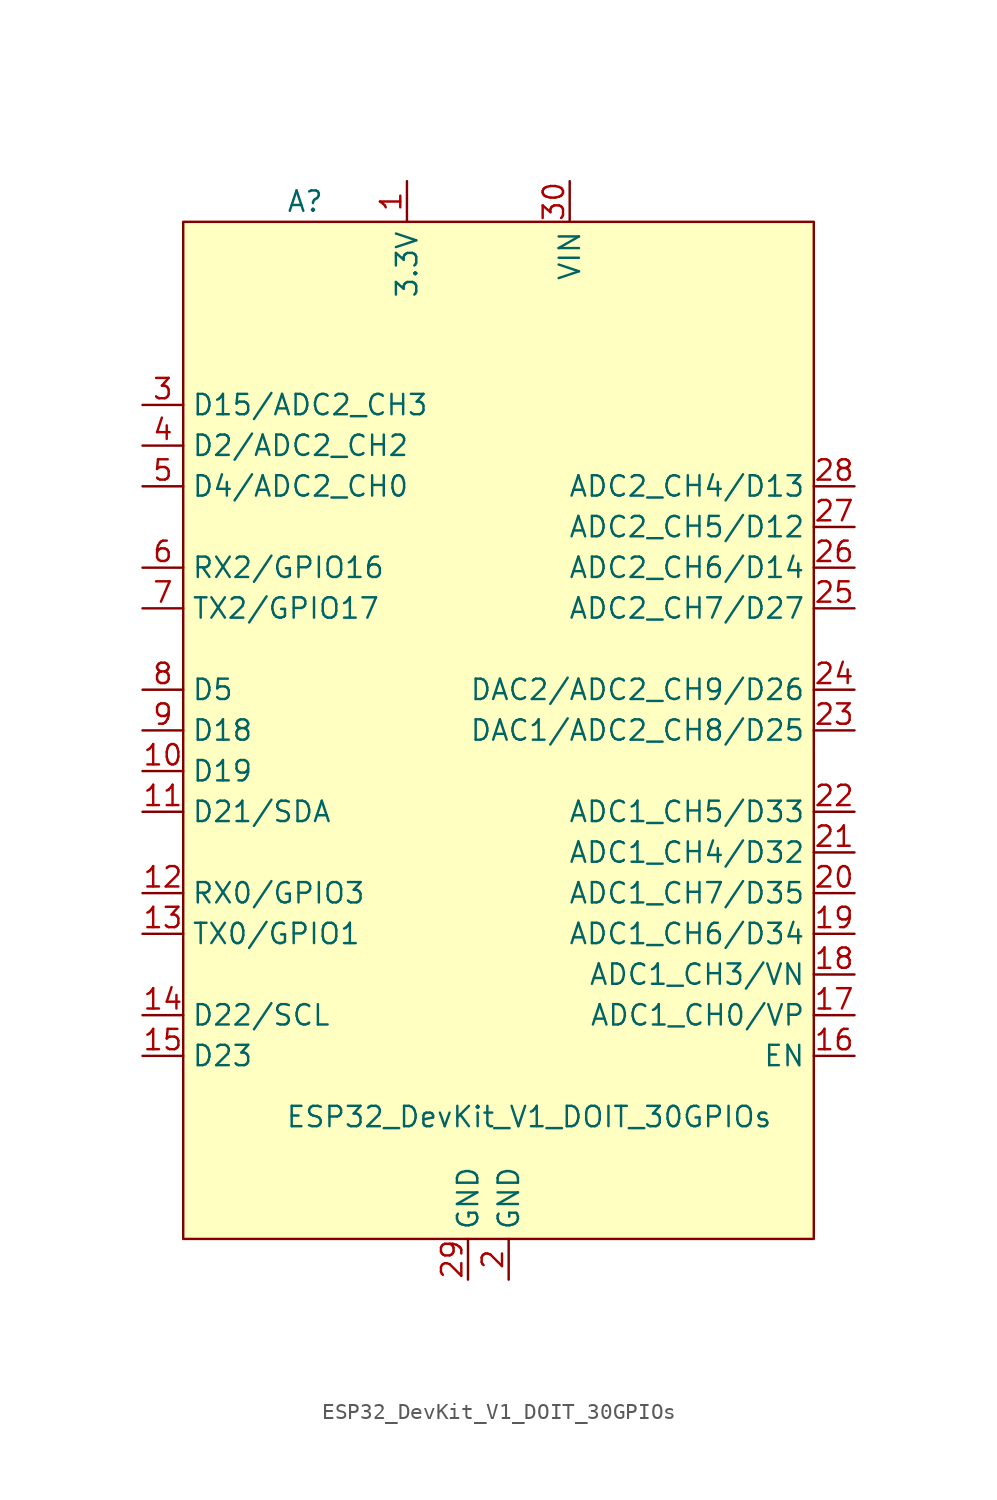
<source format=kicad_sym>
(kicad_symbol_lib
  (version 20231120)
  (generator "kicad_symbol_editor")
  (generator_version "8.0")
  (symbol "ESP32_DevKit_V1_DOIT_30GPIOs"
    (property "Reference" "A"
      (at -11.43 34.29 0)
      (effects (font (size 1.27 1.27))))
    (property "Value" "ESP32_DevKit_V1_DOIT_30GPIOs"
      (at 2.54 -22.86 0)
      (effects (font (size 1.27 1.27))))
    (symbol "ESP32_DevKit_V1_DOIT_30GPIOs_0_1"
      (rectangle (start -19.05 33.02) (end 20.32 -30.48) (stroke (width 0) (type default)) (fill (type background))))
    (symbol "ESP32_DevKit_V1_DOIT_30GPIOs_1_1"
      (pin power_in line (at -5.08 35.56 270) (length 2.54) (name "3.3V" (effects (font (size 1.27 1.27)))) (number "1" (effects (font (size 1.27 1.27)))))
      (pin bidirectional line (at -21.59 -1.27 0) (length 2.54) (name "D19" (effects (font (size 1.27 1.27)))) (number "10" (effects (font (size 1.27 1.27)))))
      (pin bidirectional line (at -21.59 -3.81 0) (length 2.54) (name "D21/SDA" (effects (font (size 1.27 1.27)))) (number "11" (effects (font (size 1.27 1.27)))))
      (pin bidirectional line (at -21.59 -8.89 0) (length 2.54) (name "RX0/GPIO3" (effects (font (size 1.27 1.27)))) (number "12" (effects (font (size 1.27 1.27)))))
      (pin bidirectional line (at -21.59 -11.43 0) (length 2.54) (name "TX0/GPIO1" (effects (font (size 1.27 1.27)))) (number "13" (effects (font (size 1.27 1.27)))))
      (pin bidirectional line (at -21.59 -16.51 0) (length 2.54) (name "D22/SCL" (effects (font (size 1.27 1.27)))) (number "14" (effects (font (size 1.27 1.27)))))
      (pin bidirectional line (at -21.59 -19.05 0) (length 2.54) (name "D23" (effects (font (size 1.27 1.27)))) (number "15" (effects (font (size 1.27 1.27)))))
      (pin bidirectional line (at 22.86 -19.05 180) (length 2.54) (name "EN" (effects (font (size 1.27 1.27)))) (number "16" (effects (font (size 1.27 1.27)))))
      (pin bidirectional line (at 22.86 -16.51 180) (length 2.54) (name "ADC1_CH0/VP" (effects (font (size 1.27 1.27)))) (number "17" (effects (font (size 1.27 1.27)))))
      (pin bidirectional line (at 22.86 -13.97 180) (length 2.54) (name "ADC1_CH3/VN" (effects (font (size 1.27 1.27)))) (number "18" (effects (font (size 1.27 1.27)))))
      (pin bidirectional line (at 22.86 -11.43 180) (length 2.54) (name "ADC1_CH6/D34" (effects (font (size 1.27 1.27)))) (number "19" (effects (font (size 1.27 1.27)))))
      (pin power_in line (at 1.27 -33.02 90) (length 2.54) (name "GND" (effects (font (size 1.27 1.27)))) (number "2" (effects (font (size 1.27 1.27)))))
      (pin bidirectional line (at 22.86 -8.89 180) (length 2.54) (name "ADC1_CH7/D35" (effects (font (size 1.27 1.27)))) (number "20" (effects (font (size 1.27 1.27)))))
      (pin bidirectional line (at 22.86 -6.35 180) (length 2.54) (name "ADC1_CH4/D32" (effects (font (size 1.27 1.27)))) (number "21" (effects (font (size 1.27 1.27)))))
      (pin bidirectional line (at 22.86 -3.81 180) (length 2.54) (name "ADC1_CH5/D33" (effects (font (size 1.27 1.27)))) (number "22" (effects (font (size 1.27 1.27)))))
      (pin bidirectional line (at 22.86 1.27 180) (length 2.54) (name "DAC1/ADC2_CH8/D25" (effects (font (size 1.27 1.27)))) (number "23" (effects (font (size 1.27 1.27)))))
      (pin bidirectional line (at 22.86 3.81 180) (length 2.54) (name "DAC2/ADC2_CH9/D26" (effects (font (size 1.27 1.27)))) (number "24" (effects (font (size 1.27 1.27)))))
      (pin bidirectional line (at 22.86 8.89 180) (length 2.54) (name "ADC2_CH7/D27" (effects (font (size 1.27 1.27)))) (number "25" (effects (font (size 1.27 1.27)))))
      (pin bidirectional line (at 22.86 11.43 180) (length 2.54) (name "ADC2_CH6/D14" (effects (font (size 1.27 1.27)))) (number "26" (effects (font (size 1.27 1.27)))))
      (pin bidirectional line (at 22.86 13.97 180) (length 2.54) (name "ADC2_CH5/D12" (effects (font (size 1.27 1.27)))) (number "27" (effects (font (size 1.27 1.27)))))
      (pin bidirectional line (at 22.86 16.51 180) (length 2.54) (name "ADC2_CH4/D13" (effects (font (size 1.27 1.27)))) (number "28" (effects (font (size 1.27 1.27)))))
      (pin power_in line (at -1.27 -33.02 90) (length 2.54) (name "GND" (effects (font (size 1.27 1.27)))) (number "29" (effects (font (size 1.27 1.27)))))
      (pin bidirectional line (at -21.59 21.59 0) (length 2.54) (name "D15/ADC2_CH3" (effects (font (size 1.27 1.27)))) (number "3" (effects (font (size 1.27 1.27)))))
      (pin power_in line (at 5.08 35.56 270) (length 2.54) (name "VIN" (effects (font (size 1.27 1.27)))) (number "30" (effects (font (size 1.27 1.27)))))
      (pin bidirectional line (at -21.59 19.05 0) (length 2.54) (name "D2/ADC2_CH2" (effects (font (size 1.27 1.27)))) (number "4" (effects (font (size 1.27 1.27)))))
      (pin bidirectional line (at -21.59 16.51 0) (length 2.54) (name "D4/ADC2_CH0" (effects (font (size 1.27 1.27)))) (number "5" (effects (font (size 1.27 1.27)))))
      (pin bidirectional line (at -21.59 11.43 0) (length 2.54) (name "RX2/GPIO16" (effects (font (size 1.27 1.27)))) (number "6" (effects (font (size 1.27 1.27)))))
      (pin bidirectional line (at -21.59 8.89 0) (length 2.54) (name "TX2/GPIO17" (effects (font (size 1.27 1.27)))) (number "7" (effects (font (size 1.27 1.27)))))
      (pin bidirectional line (at -21.59 3.81 0) (length 2.54) (name "D5" (effects (font (size 1.27 1.27)))) (number "8" (effects (font (size 1.27 1.27)))))
      (pin bidirectional line (at -21.59 1.27 0) (length 2.54) (name "D18" (effects (font (size 1.27 1.27)))) (number "9" (effects (font (size 1.27 1.27))))))))
</source>
